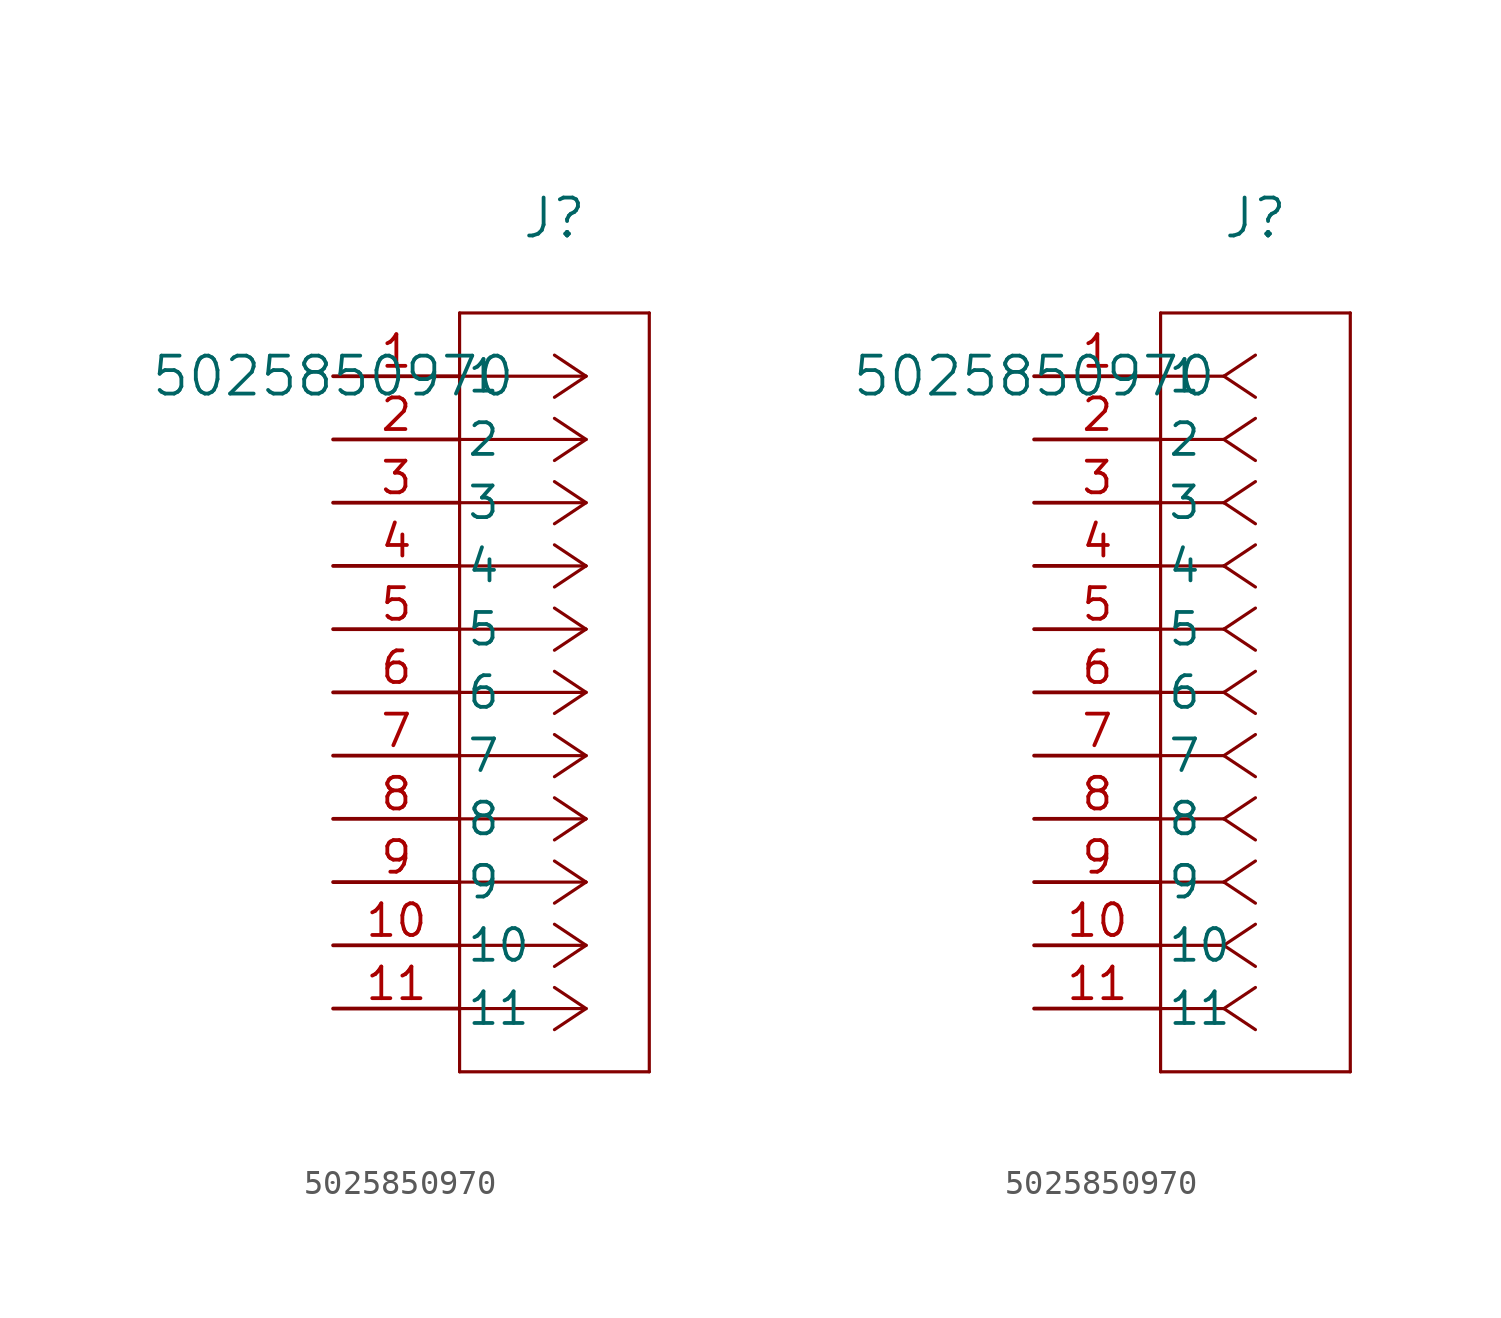
<source format=kicad_sym>
(kicad_symbol_lib
  (version 20211014)
  (generator kicad_symbol_editor)
  (symbol "5025850970"
    (pin_names
      (offset 0.254))
    (property "Reference" "J"
      (at 8.89 6.35 0)
      (effects (font (size 1.524 1.524))))
    (property "Value" "5025850970"
      (at 0 0 0)
      (effects (font (size 1.524 1.524))))
    (symbol "5025850970_1_1"
      (polyline (pts (xy 10.16 0) (xy 5.08 0)) (stroke (width 0.127) (type default) (color 0 0 0 0)) (fill (type none)))
      (polyline (pts (xy 10.16 -2.54) (xy 5.08 -2.54)) (stroke (width 0.127) (type default) (color 0 0 0 0)) (fill (type none)))
      (polyline (pts (xy 10.16 -5.08) (xy 5.08 -5.08)) (stroke (width 0.127) (type default) (color 0 0 0 0)) (fill (type none)))
      (polyline (pts (xy 10.16 -7.62) (xy 5.08 -7.62)) (stroke (width 0.127) (type default) (color 0 0 0 0)) (fill (type none)))
      (polyline (pts (xy 10.16 -10.16) (xy 5.08 -10.16)) (stroke (width 0.127) (type default) (color 0 0 0 0)) (fill (type none)))
      (polyline (pts (xy 10.16 -12.7) (xy 5.08 -12.7)) (stroke (width 0.127) (type default) (color 0 0 0 0)) (fill (type none)))
      (polyline (pts (xy 10.16 -15.24) (xy 5.08 -15.24)) (stroke (width 0.127) (type default) (color 0 0 0 0)) (fill (type none)))
      (polyline (pts (xy 10.16 -17.78) (xy 5.08 -17.78)) (stroke (width 0.127) (type default) (color 0 0 0 0)) (fill (type none)))
      (polyline (pts (xy 10.16 -20.32) (xy 5.08 -20.32)) (stroke (width 0.127) (type default) (color 0 0 0 0)) (fill (type none)))
      (polyline (pts (xy 10.16 -22.86) (xy 5.08 -22.86)) (stroke (width 0.127) (type default) (color 0 0 0 0)) (fill (type none)))
      (polyline (pts (xy 10.16 -25.4) (xy 5.08 -25.4)) (stroke (width 0.127) (type default) (color 0 0 0 0)) (fill (type none)))
      (polyline (pts (xy 10.16 0) (xy 8.89 0.847)) (stroke (width 0.127) (type default) (color 0 0 0 0)) (fill (type none)))
      (polyline (pts (xy 10.16 -2.54) (xy 8.89 -1.693)) (stroke (width 0.127) (type default) (color 0 0 0 0)) (fill (type none)))
      (polyline (pts (xy 10.16 -5.08) (xy 8.89 -4.233)) (stroke (width 0.127) (type default) (color 0 0 0 0)) (fill (type none)))
      (polyline (pts (xy 10.16 -7.62) (xy 8.89 -6.773)) (stroke (width 0.127) (type default) (color 0 0 0 0)) (fill (type none)))
      (polyline (pts (xy 10.16 -10.16) (xy 8.89 -9.313)) (stroke (width 0.127) (type default) (color 0 0 0 0)) (fill (type none)))
      (polyline (pts (xy 10.16 -12.7) (xy 8.89 -11.853)) (stroke (width 0.127) (type default) (color 0 0 0 0)) (fill (type none)))
      (polyline (pts (xy 10.16 -15.24) (xy 8.89 -14.393)) (stroke (width 0.127) (type default) (color 0 0 0 0)) (fill (type none)))
      (polyline (pts (xy 10.16 -17.78) (xy 8.89 -16.933)) (stroke (width 0.127) (type default) (color 0 0 0 0)) (fill (type none)))
      (polyline (pts (xy 10.16 -20.32) (xy 8.89 -19.473)) (stroke (width 0.127) (type default) (color 0 0 0 0)) (fill (type none)))
      (polyline (pts (xy 10.16 -22.86) (xy 8.89 -22.013)) (stroke (width 0.127) (type default) (color 0 0 0 0)) (fill (type none)))
      (polyline (pts (xy 10.16 -25.4) (xy 8.89 -24.553)) (stroke (width 0.127) (type default) (color 0 0 0 0)) (fill (type none)))
      (polyline (pts (xy 10.16 0) (xy 8.89 -0.847)) (stroke (width 0.127) (type default) (color 0 0 0 0)) (fill (type none)))
      (polyline (pts (xy 10.16 -2.54) (xy 8.89 -3.387)) (stroke (width 0.127) (type default) (color 0 0 0 0)) (fill (type none)))
      (polyline (pts (xy 10.16 -5.08) (xy 8.89 -5.927)) (stroke (width 0.127) (type default) (color 0 0 0 0)) (fill (type none)))
      (polyline (pts (xy 10.16 -7.62) (xy 8.89 -8.467)) (stroke (width 0.127) (type default) (color 0 0 0 0)) (fill (type none)))
      (polyline (pts (xy 10.16 -10.16) (xy 8.89 -11.007)) (stroke (width 0.127) (type default) (color 0 0 0 0)) (fill (type none)))
      (polyline (pts (xy 10.16 -12.7) (xy 8.89 -13.547)) (stroke (width 0.127) (type default) (color 0 0 0 0)) (fill (type none)))
      (polyline (pts (xy 10.16 -15.24) (xy 8.89 -16.087)) (stroke (width 0.127) (type default) (color 0 0 0 0)) (fill (type none)))
      (polyline (pts (xy 10.16 -17.78) (xy 8.89 -18.627)) (stroke (width 0.127) (type default) (color 0 0 0 0)) (fill (type none)))
      (polyline (pts (xy 10.16 -20.32) (xy 8.89 -21.167)) (stroke (width 0.127) (type default) (color 0 0 0 0)) (fill (type none)))
      (polyline (pts (xy 10.16 -22.86) (xy 8.89 -23.707)) (stroke (width 0.127) (type default) (color 0 0 0 0)) (fill (type none)))
      (polyline (pts (xy 10.16 -25.4) (xy 8.89 -26.247)) (stroke (width 0.127) (type default) (color 0 0 0 0)) (fill (type none)))
      (polyline (pts (xy 5.08 2.54) (xy 5.08 -27.94)) (stroke (width 0.127) (type default) (color 0 0 0 0)) (fill (type none)))
      (polyline (pts (xy 5.08 -27.94) (xy 12.7 -27.94)) (stroke (width 0.127) (type default) (color 0 0 0 0)) (fill (type none)))
      (polyline (pts (xy 12.7 -27.94) (xy 12.7 2.54)) (stroke (width 0.127) (type default) (color 0 0 0 0)) (fill (type none)))
      (polyline (pts (xy 12.7 2.54) (xy 5.08 2.54)) (stroke (width 0.127) (type default) (color 0 0 0 0)) (fill (type none)))
      (pin unspecified line (at 0 0 0) (length 5.08) (name "1" (effects (font (size 1.27 1.27)))) (number "1" (effects (font (size 1.27 1.27)))))
      (pin unspecified line (at 0 -2.54 0) (length 5.08) (name "2" (effects (font (size 1.27 1.27)))) (number "2" (effects (font (size 1.27 1.27)))))
      (pin unspecified line (at 0 -5.08 0) (length 5.08) (name "3" (effects (font (size 1.27 1.27)))) (number "3" (effects (font (size 1.27 1.27)))))
      (pin unspecified line (at 0 -7.62 0) (length 5.08) (name "4" (effects (font (size 1.27 1.27)))) (number "4" (effects (font (size 1.27 1.27)))))
      (pin unspecified line (at 0 -10.16 0) (length 5.08) (name "5" (effects (font (size 1.27 1.27)))) (number "5" (effects (font (size 1.27 1.27)))))
      (pin unspecified line (at 0 -12.7 0) (length 5.08) (name "6" (effects (font (size 1.27 1.27)))) (number "6" (effects (font (size 1.27 1.27)))))
      (pin unspecified line (at 0 -15.24 0) (length 5.08) (name "7" (effects (font (size 1.27 1.27)))) (number "7" (effects (font (size 1.27 1.27)))))
      (pin unspecified line (at 0 -17.78 0) (length 5.08) (name "8" (effects (font (size 1.27 1.27)))) (number "8" (effects (font (size 1.27 1.27)))))
      (pin unspecified line (at 0 -20.32 0) (length 5.08) (name "9" (effects (font (size 1.27 1.27)))) (number "9" (effects (font (size 1.27 1.27)))))
      (pin unspecified line (at 0 -22.86 0) (length 5.08) (name "10" (effects (font (size 1.27 1.27)))) (number "10" (effects (font (size 1.27 1.27)))))
      (pin unspecified line (at 0 -25.4 0) (length 5.08) (name "11" (effects (font (size 1.27 1.27)))) (number "11" (effects (font (size 1.27 1.27))))))
    (symbol "5025850970_1_2"
      (polyline (pts (xy 7.62 0) (xy 5.08 0)) (stroke (width 0.127) (type default) (color 0 0 0 0)) (fill (type none)))
      (polyline (pts (xy 7.62 -2.54) (xy 5.08 -2.54)) (stroke (width 0.127) (type default) (color 0 0 0 0)) (fill (type none)))
      (polyline (pts (xy 7.62 -5.08) (xy 5.08 -5.08)) (stroke (width 0.127) (type default) (color 0 0 0 0)) (fill (type none)))
      (polyline (pts (xy 7.62 -7.62) (xy 5.08 -7.62)) (stroke (width 0.127) (type default) (color 0 0 0 0)) (fill (type none)))
      (polyline (pts (xy 7.62 -10.16) (xy 5.08 -10.16)) (stroke (width 0.127) (type default) (color 0 0 0 0)) (fill (type none)))
      (polyline (pts (xy 7.62 -12.7) (xy 5.08 -12.7)) (stroke (width 0.127) (type default) (color 0 0 0 0)) (fill (type none)))
      (polyline (pts (xy 7.62 -15.24) (xy 5.08 -15.24)) (stroke (width 0.127) (type default) (color 0 0 0 0)) (fill (type none)))
      (polyline (pts (xy 7.62 -17.78) (xy 5.08 -17.78)) (stroke (width 0.127) (type default) (color 0 0 0 0)) (fill (type none)))
      (polyline (pts (xy 7.62 -20.32) (xy 5.08 -20.32)) (stroke (width 0.127) (type default) (color 0 0 0 0)) (fill (type none)))
      (polyline (pts (xy 7.62 -22.86) (xy 5.08 -22.86)) (stroke (width 0.127) (type default) (color 0 0 0 0)) (fill (type none)))
      (polyline (pts (xy 7.62 -25.4) (xy 5.08 -25.4)) (stroke (width 0.127) (type default) (color 0 0 0 0)) (fill (type none)))
      (polyline (pts (xy 7.62 0) (xy 8.89 0.847)) (stroke (width 0.127) (type default) (color 0 0 0 0)) (fill (type none)))
      (polyline (pts (xy 7.62 -2.54) (xy 8.89 -1.693)) (stroke (width 0.127) (type default) (color 0 0 0 0)) (fill (type none)))
      (polyline (pts (xy 7.62 -5.08) (xy 8.89 -4.233)) (stroke (width 0.127) (type default) (color 0 0 0 0)) (fill (type none)))
      (polyline (pts (xy 7.62 -7.62) (xy 8.89 -6.773)) (stroke (width 0.127) (type default) (color 0 0 0 0)) (fill (type none)))
      (polyline (pts (xy 7.62 -10.16) (xy 8.89 -9.313)) (stroke (width 0.127) (type default) (color 0 0 0 0)) (fill (type none)))
      (polyline (pts (xy 7.62 -12.7) (xy 8.89 -11.853)) (stroke (width 0.127) (type default) (color 0 0 0 0)) (fill (type none)))
      (polyline (pts (xy 7.62 -15.24) (xy 8.89 -14.393)) (stroke (width 0.127) (type default) (color 0 0 0 0)) (fill (type none)))
      (polyline (pts (xy 7.62 -17.78) (xy 8.89 -16.933)) (stroke (width 0.127) (type default) (color 0 0 0 0)) (fill (type none)))
      (polyline (pts (xy 7.62 -20.32) (xy 8.89 -19.473)) (stroke (width 0.127) (type default) (color 0 0 0 0)) (fill (type none)))
      (polyline (pts (xy 7.62 -22.86) (xy 8.89 -22.013)) (stroke (width 0.127) (type default) (color 0 0 0 0)) (fill (type none)))
      (polyline (pts (xy 7.62 -25.4) (xy 8.89 -24.553)) (stroke (width 0.127) (type default) (color 0 0 0 0)) (fill (type none)))
      (polyline (pts (xy 7.62 0) (xy 8.89 -0.847)) (stroke (width 0.127) (type default) (color 0 0 0 0)) (fill (type none)))
      (polyline (pts (xy 7.62 -2.54) (xy 8.89 -3.387)) (stroke (width 0.127) (type default) (color 0 0 0 0)) (fill (type none)))
      (polyline (pts (xy 7.62 -5.08) (xy 8.89 -5.927)) (stroke (width 0.127) (type default) (color 0 0 0 0)) (fill (type none)))
      (polyline (pts (xy 7.62 -7.62) (xy 8.89 -8.467)) (stroke (width 0.127) (type default) (color 0 0 0 0)) (fill (type none)))
      (polyline (pts (xy 7.62 -10.16) (xy 8.89 -11.007)) (stroke (width 0.127) (type default) (color 0 0 0 0)) (fill (type none)))
      (polyline (pts (xy 7.62 -12.7) (xy 8.89 -13.547)) (stroke (width 0.127) (type default) (color 0 0 0 0)) (fill (type none)))
      (polyline (pts (xy 7.62 -15.24) (xy 8.89 -16.087)) (stroke (width 0.127) (type default) (color 0 0 0 0)) (fill (type none)))
      (polyline (pts (xy 7.62 -17.78) (xy 8.89 -18.627)) (stroke (width 0.127) (type default) (color 0 0 0 0)) (fill (type none)))
      (polyline (pts (xy 7.62 -20.32) (xy 8.89 -21.167)) (stroke (width 0.127) (type default) (color 0 0 0 0)) (fill (type none)))
      (polyline (pts (xy 7.62 -22.86) (xy 8.89 -23.707)) (stroke (width 0.127) (type default) (color 0 0 0 0)) (fill (type none)))
      (polyline (pts (xy 7.62 -25.4) (xy 8.89 -26.247)) (stroke (width 0.127) (type default) (color 0 0 0 0)) (fill (type none)))
      (polyline (pts (xy 5.08 2.54) (xy 5.08 -27.94)) (stroke (width 0.127) (type default) (color 0 0 0 0)) (fill (type none)))
      (polyline (pts (xy 5.08 -27.94) (xy 12.7 -27.94)) (stroke (width 0.127) (type default) (color 0 0 0 0)) (fill (type none)))
      (polyline (pts (xy 12.7 -27.94) (xy 12.7 2.54)) (stroke (width 0.127) (type default) (color 0 0 0 0)) (fill (type none)))
      (polyline (pts (xy 12.7 2.54) (xy 5.08 2.54)) (stroke (width 0.127) (type default) (color 0 0 0 0)) (fill (type none)))
      (pin unspecified line (at 0 0 0) (length 5.08) (name "1" (effects (font (size 1.27 1.27)))) (number "1" (effects (font (size 1.27 1.27)))))
      (pin unspecified line (at 0 -2.54 0) (length 5.08) (name "2" (effects (font (size 1.27 1.27)))) (number "2" (effects (font (size 1.27 1.27)))))
      (pin unspecified line (at 0 -5.08 0) (length 5.08) (name "3" (effects (font (size 1.27 1.27)))) (number "3" (effects (font (size 1.27 1.27)))))
      (pin unspecified line (at 0 -7.62 0) (length 5.08) (name "4" (effects (font (size 1.27 1.27)))) (number "4" (effects (font (size 1.27 1.27)))))
      (pin unspecified line (at 0 -10.16 0) (length 5.08) (name "5" (effects (font (size 1.27 1.27)))) (number "5" (effects (font (size 1.27 1.27)))))
      (pin unspecified line (at 0 -12.7 0) (length 5.08) (name "6" (effects (font (size 1.27 1.27)))) (number "6" (effects (font (size 1.27 1.27)))))
      (pin unspecified line (at 0 -15.24 0) (length 5.08) (name "7" (effects (font (size 1.27 1.27)))) (number "7" (effects (font (size 1.27 1.27)))))
      (pin unspecified line (at 0 -17.78 0) (length 5.08) (name "8" (effects (font (size 1.27 1.27)))) (number "8" (effects (font (size 1.27 1.27)))))
      (pin unspecified line (at 0 -20.32 0) (length 5.08) (name "9" (effects (font (size 1.27 1.27)))) (number "9" (effects (font (size 1.27 1.27)))))
      (pin unspecified line (at 0 -22.86 0) (length 5.08) (name "10" (effects (font (size 1.27 1.27)))) (number "10" (effects (font (size 1.27 1.27)))))
      (pin unspecified line (at 0 -25.4 0) (length 5.08) (name "11" (effects (font (size 1.27 1.27)))) (number "11" (effects (font (size 1.27 1.27))))))))
</source>
